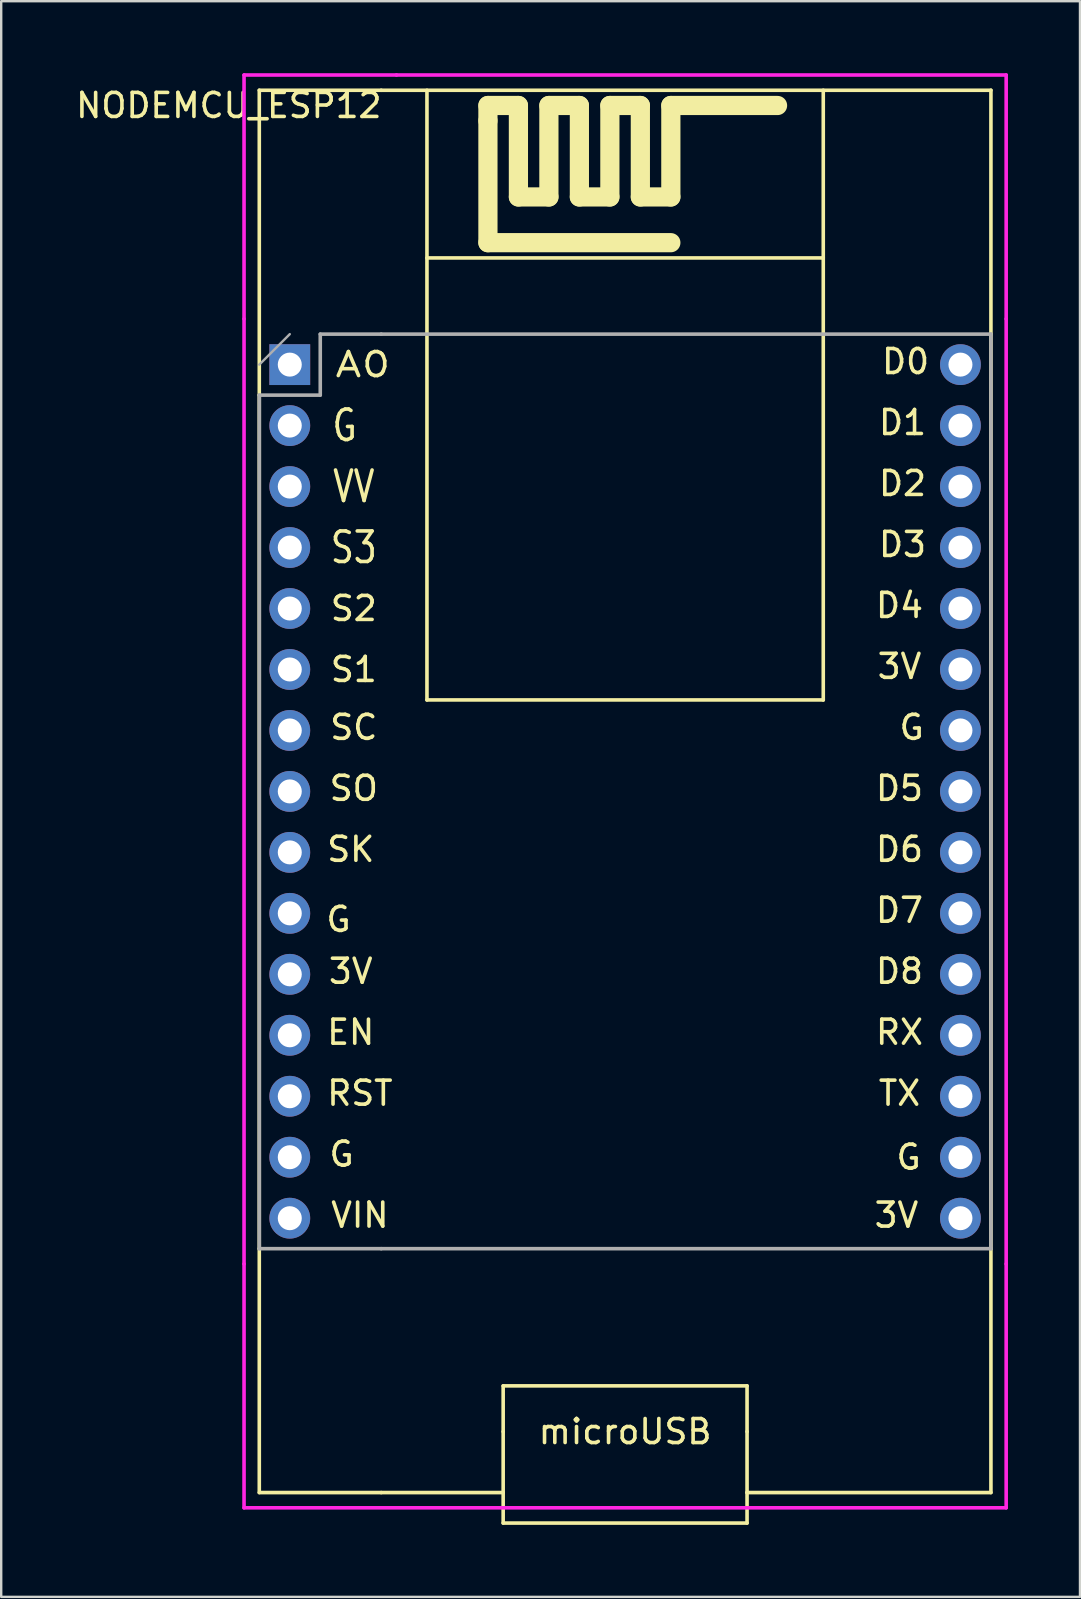
<source format=kicad_pcb>
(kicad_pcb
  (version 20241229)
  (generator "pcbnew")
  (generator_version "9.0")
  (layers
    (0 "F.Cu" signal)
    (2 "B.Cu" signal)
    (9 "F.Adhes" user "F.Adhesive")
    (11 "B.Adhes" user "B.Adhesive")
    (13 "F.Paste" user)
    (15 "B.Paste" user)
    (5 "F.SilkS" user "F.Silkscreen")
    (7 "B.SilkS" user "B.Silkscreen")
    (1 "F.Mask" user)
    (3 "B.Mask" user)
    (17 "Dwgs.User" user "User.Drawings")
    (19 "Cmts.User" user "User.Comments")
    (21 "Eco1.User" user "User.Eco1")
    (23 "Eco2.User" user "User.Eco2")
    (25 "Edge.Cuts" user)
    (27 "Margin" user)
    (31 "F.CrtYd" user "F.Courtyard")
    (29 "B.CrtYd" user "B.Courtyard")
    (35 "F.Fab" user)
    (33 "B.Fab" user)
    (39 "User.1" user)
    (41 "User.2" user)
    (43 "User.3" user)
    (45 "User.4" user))
  (footprint "NODEMCU_ESP12"
    (layer "F.Cu")
    (at 23.627 29.92)
    (property "Reference" "NODEMCU_ESP12" (at -17.145 -28.575 0) (layer "F.SilkS") (effects (font (size 1 1) (thickness 0.15))))
    (attr through_hole)
    (fp_line (start -15.875 -29.21) (end -10.795 -29.21) (stroke (width 0.15) (type solid)) (layer "F.SilkS"))
    (fp_line (start -15.875 -16.51) (end -15.875 -29.21) (stroke (width 0.15) (type solid)) (layer "F.SilkS"))
    (fp_line (start -15.875 -16.51) (end -15.875 19.05) (stroke (width 0.15) (type solid)) (layer "F.SilkS"))
    (fp_line (start -15.875 29.21) (end -15.875 19.05) (stroke (width 0.15) (type solid)) (layer "F.SilkS"))
    (fp_line (start -10.795 29.21) (end -15.875 29.21) (stroke (width 0.15) (type solid)) (layer "F.SilkS"))
    (fp_line (start -10.795 29.21) (end -5.715 29.21) (stroke (width 0.15) (type solid)) (layer "F.SilkS"))
    (fp_line (start -8.89 -29.21) (end -8.89 -3.81) (stroke (width 0.15) (type solid)) (layer "F.SilkS"))
    (fp_line (start -8.89 -22.225) (end 7.62 -22.225) (stroke (width 0.15) (type solid)) (layer "F.SilkS"))
    (fp_line (start -8.89 -3.81) (end 7.62 -3.81) (stroke (width 0.15) (type solid)) (layer "F.SilkS"))
    (fp_line (start -6.35 -28.575) (end -5.08 -28.575) (stroke (width 0.8) (type solid)) (layer "F.SilkS"))
    (fp_line (start -6.35 -27.94) (end -6.35 -28.575) (stroke (width 0.15) (type solid)) (layer "F.SilkS"))
    (fp_line (start -6.35 -27.94) (end -6.35 -28.575) (stroke (width 0.8) (type solid)) (layer "F.SilkS"))
    (fp_line (start -6.35 -22.86) (end -6.35 -27.94) (stroke (width 0.8) (type solid)) (layer "F.SilkS"))
    (fp_line (start -6.35 -22.86) (end 1.27 -22.86) (stroke (width 0.8) (type solid)) (layer "F.SilkS"))
    (fp_line (start -5.715 24.765) (end -5.715 26.67) (stroke (width 0.15) (type solid)) (layer "F.SilkS"))
    (fp_line (start -5.715 29.21) (end -5.715 26.67) (stroke (width 0.15) (type solid)) (layer "F.SilkS"))
    (fp_line (start -5.715 29.21) (end -5.715 30.48) (stroke (width 0.15) (type solid)) (layer "F.SilkS"))
    (fp_line (start -5.715 30.48) (end 4.445 30.48) (stroke (width 0.15) (type solid)) (layer "F.SilkS"))
    (fp_line (start -5.08 -28.575) (end -5.08 -24.765) (stroke (width 0.8) (type solid)) (layer "F.SilkS"))
    (fp_line (start -5.08 -24.765) (end -3.81 -24.765) (stroke (width 0.8) (type solid)) (layer "F.SilkS"))
    (fp_line (start -3.81 -28.575) (end -2.54 -28.575) (stroke (width 0.8) (type solid)) (layer "F.SilkS"))
    (fp_line (start -3.81 -24.765) (end -3.81 -28.575) (stroke (width 0.8) (type solid)) (layer "F.SilkS"))
    (fp_line (start -2.54 -28.575) (end -2.54 -24.765) (stroke (width 0.8) (type solid)) (layer "F.SilkS"))
    (fp_line (start -2.54 -24.765) (end -1.27 -24.765) (stroke (width 0.8) (type solid)) (layer "F.SilkS"))
    (fp_line (start -1.27 -28.575) (end 0 -28.575) (stroke (width 0.8) (type solid)) (layer "F.SilkS"))
    (fp_line (start -1.27 -24.765) (end -1.27 -28.575) (stroke (width 0.8) (type solid)) (layer "F.SilkS"))
    (fp_line (start 0 -28.575) (end 0 -24.765) (stroke (width 0.8) (type solid)) (layer "F.SilkS"))
    (fp_line (start 0 -24.765) (end 1.27 -24.765) (stroke (width 0.8) (type solid)) (layer "F.SilkS"))
    (fp_line (start 1.27 -28.575) (end 5.715 -28.575) (stroke (width 0.8) (type solid)) (layer "F.SilkS"))
    (fp_line (start 1.27 -24.765) (end 1.27 -28.575) (stroke (width 0.8) (type solid)) (layer "F.SilkS"))
    (fp_line (start 4.445 24.765) (end -5.715 24.765) (stroke (width 0.15) (type solid)) (layer "F.SilkS"))
    (fp_line (start 4.445 24.765) (end 4.445 26.67) (stroke (width 0.15) (type solid)) (layer "F.SilkS"))
    (fp_line (start 4.445 29.21) (end 4.445 26.67) (stroke (width 0.15) (type solid)) (layer "F.SilkS"))
    (fp_line (start 4.445 29.21) (end 4.445 30.48) (stroke (width 0.15) (type solid)) (layer "F.SilkS"))
    (fp_line (start 4.445 29.21) (end 14.605 29.21) (stroke (width 0.15) (type solid)) (layer "F.SilkS"))
    (fp_line (start 7.62 -3.81) (end 7.62 -29.21) (stroke (width 0.15) (type solid)) (layer "F.SilkS"))
    (fp_line (start 14.605 -29.21) (end -10.795 -29.21) (stroke (width 0.15) (type solid)) (layer "F.SilkS"))
    (fp_line (start 14.605 -19.05) (end 14.605 -29.21) (stroke (width 0.15) (type solid)) (layer "F.SilkS"))
    (fp_line (start 14.605 19.05) (end 14.605 -19.05) (stroke (width 0.15) (type solid)) (layer "F.SilkS"))
    (fp_line (start 14.605 19.05) (end 14.605 29.21) (stroke (width 0.15) (type solid)) (layer "F.SilkS"))
    (fp_line (start -16.51 -29.845) (end -10.16 -29.845) (stroke (width 0.15) (type solid)) (layer "F.CrtYd"))
    (fp_line (start -16.51 -19.685) (end -16.51 -29.845) (stroke (width 0.15) (type solid)) (layer "F.CrtYd"))
    (fp_line (start -16.51 19.685) (end -16.51 -19.685) (stroke (width 0.15) (type solid)) (layer "F.CrtYd"))
    (fp_line (start -16.51 19.685) (end -16.51 29.845) (stroke (width 0.15) (type solid)) (layer "F.CrtYd"))
    (fp_line (start -10.16 -29.845) (end 15.24 -29.845) (stroke (width 0.15) (type solid)) (layer "F.CrtYd"))
    (fp_line (start 15.24 -19.685) (end 15.24 -29.845) (stroke (width 0.15) (type solid)) (layer "F.CrtYd"))
    (fp_line (start 15.24 -19.685) (end 15.24 19.685) (stroke (width 0.15) (type solid)) (layer "F.CrtYd"))
    (fp_line (start 15.24 19.685) (end 15.24 29.845) (stroke (width 0.15) (type solid)) (layer "F.CrtYd"))
    (fp_line (start 15.24 29.845) (end -16.51 29.845) (stroke (width 0.15) (type solid)) (layer "F.CrtYd"))
    (fp_line (start -15.875 -17.78) (end -14.605 -19.05) (stroke (width 0.1) (type solid)) (layer "F.Fab"))
    (fp_line (start -15.875 -16.51) (end -13.335 -16.51) (stroke (width 0.15) (type solid)) (layer "F.Fab"))
    (fp_line (start -15.875 19.05) (end -15.875 -16.51) (stroke (width 0.15) (type solid)) (layer "F.Fab"))
    (fp_line (start -13.335 -19.05) (end -10.795 -19.05) (stroke (width 0.15) (type solid)) (layer "F.Fab"))
    (fp_line (start -13.335 -16.51) (end -13.335 -19.05) (stroke (width 0.15) (type solid)) (layer "F.Fab"))
    (fp_line (start -10.795 -19.05) (end 14.605 -19.05) (stroke (width 0.15) (type solid)) (layer "F.Fab"))
    (fp_line (start -10.795 19.05) (end -15.875 19.05) (stroke (width 0.15) (type solid)) (layer "F.Fab"))
    (fp_line (start 14.605 -19.05) (end 14.605 19.05) (stroke (width 0.15) (type solid)) (layer "F.Fab"))
    (fp_line (start 14.605 19.05) (end -10.795 19.05) (stroke (width 0.15) (type solid)) (layer "F.Fab"))
    (fp_text user "D1" (at 10.922 -15.367 0) (layer "F.SilkS") (effects (font (size 1 1) (thickness 0.15))))
    (fp_text user "3V" (at 10.668 17.653 0) (layer "F.SilkS") (effects (font (size 1 1) (thickness 0.15))))
    (fp_text user "G" (at 11.303 -2.667 0) (layer "F.SilkS") (effects (font (size 1 1) (thickness 0.15))))
    (fp_text user "D0" (at 11.049 -17.907 0) (layer "F.SilkS") (effects (font (size 1 1) (thickness 0.15))))
    (fp_text user "D6" (at 10.795 2.413 0) (layer "F.SilkS") (effects (font (size 1 1) (thickness 0.15))))
    (fp_text user "G" (at -12.446 15.113 0) (layer "F.SilkS") (effects (font (size 1 1) (thickness 0.15))))
    (fp_text user "VV" (at -11.938 -12.7 0) (layer "F.SilkS") (effects (font (size 1.27 1) (thickness 0.15))))
    (fp_text user "VIN" (at -11.684 17.653 0) (layer "F.SilkS") (effects (font (size 1 1) (thickness 0.15))))
    (fp_text user "A0" (at -11.557 -17.78 0) (layer "F.SilkS") (effects (font (size 1 1.27) (thickness 0.15))))
    (fp_text user "G" (at -12.573 5.334 0) (layer "F.SilkS") (effects (font (size 1 1) (thickness 0.15))))
    (fp_text user "RST" (at -11.684 12.573 0) (layer "F.SilkS") (effects (font (size 1 1) (thickness 0.15))))
    (fp_text user "3V" (at 10.795 -5.207 0) (layer "F.SilkS") (effects (font (size 1 1) (thickness 0.15))))
    (fp_text user "D3" (at 10.922 -10.287 0) (layer "F.SilkS") (effects (font (size 1 1) (thickness 0.15))))
    (fp_text user "3V" (at -12.065 7.493 0) (layer "F.SilkS") (effects (font (size 1 1) (thickness 0.15))))
    (fp_text user "RX" (at 10.795 10.033 0) (layer "F.SilkS") (effects (font (size 1 1) (thickness 0.15))))
    (fp_text user "S3" (at -11.938 -10.16 0) (layer "F.SilkS") (effects (font (size 1.27 1) (thickness 0.15))))
    (fp_text user "S1" (at -11.938 -5.08 0) (layer "F.SilkS") (effects (font (size 1 1) (thickness 0.15))))
    (fp_text user "SK" (at -12.065 2.413 0) (layer "F.SilkS") (effects (font (size 1 1) (thickness 0.15))))
    (fp_text user "EN" (at -12.065 10.033 0) (layer "F.SilkS") (effects (font (size 1 1) (thickness 0.15))))
    (fp_text user "G" (at -12.319 -15.24 0) (layer "F.SilkS") (effects (font (size 1.27 1) (thickness 0.15))))
    (fp_text user "D2" (at 10.922 -12.827 0) (layer "F.SilkS") (effects (font (size 1 1) (thickness 0.15))))
    (fp_text user "SO" (at -11.938 -0.127 0) (layer "F.SilkS") (effects (font (size 1 1) (thickness 0.15))))
    (fp_text user "D5" (at 10.795 -0.127 0) (layer "F.SilkS") (effects (font (size 1 1) (thickness 0.15))))
    (fp_text user "TX" (at 10.795 12.573 0) (layer "F.SilkS") (effects (font (size 1 1) (thickness 0.15))))
    (fp_text user "D8" (at 10.795 7.493 0) (layer "F.SilkS") (effects (font (size 1 1) (thickness 0.15))))
    (fp_text user "D4" (at 10.795 -7.747 0) (layer "F.SilkS") (effects (font (size 1 1) (thickness 0.15))))
    (fp_text user "microUSB" (at -0.635 26.67 0) (layer "F.SilkS") (effects (font (size 1 1) (thickness 0.15))))
    (fp_text user "D7" (at 10.795 4.953 0) (layer "F.SilkS") (effects (font (size 1 1) (thickness 0.15))))
    (fp_text user "SC" (at -11.938 -2.667 0) (layer "F.SilkS") (effects (font (size 1 1) (thickness 0.15))))
    (fp_text user "G" (at 11.176 15.24 0) (layer "F.SilkS") (effects (font (size 1 1) (thickness 0.15))))
    (fp_text user "S2" (at -11.938 -7.62 0) (layer "F.SilkS") (effects (font (size 1 1) (thickness 0.15))))
    (pad "1" thru_hole rect (at -14.605 -17.78) (size 1.7 1.7) (drill 1) (layers "*.Cu" "*.Mask"))
    (pad "2" thru_hole oval (at -14.605 -15.24) (size 1.7 1.7) (drill 1) (layers "*.Cu" "*.Mask"))
    (pad "3" thru_hole oval (at -14.605 -12.7) (size 1.7 1.7) (drill 1) (layers "*.Cu" "*.Mask"))
    (pad "4" thru_hole oval (at -14.605 -10.16) (size 1.7 1.7) (drill 1) (layers "*.Cu" "*.Mask"))
    (pad "5" thru_hole oval (at -14.605 -7.62) (size 1.7 1.7) (drill 1) (layers "*.Cu" "*.Mask"))
    (pad "6" thru_hole oval (at -14.605 -5.08) (size 1.7 1.7) (drill 1) (layers "*.Cu" "*.Mask"))
    (pad "7" thru_hole oval (at -14.605 -2.54) (size 1.7 1.7) (drill 1) (layers "*.Cu" "*.Mask"))
    (pad "8" thru_hole oval (at -14.605 0) (size 1.7 1.7) (drill 1) (layers "*.Cu" "*.Mask"))
    (pad "9" thru_hole oval (at -14.605 2.54) (size 1.7 1.7) (drill 1) (layers "*.Cu" "*.Mask"))
    (pad "10" thru_hole oval (at -14.605 5.08) (size 1.7 1.7) (drill 1) (layers "*.Cu" "*.Mask"))
    (pad "11" thru_hole oval (at -14.605 7.62) (size 1.7 1.7) (drill 1) (layers "*.Cu" "*.Mask"))
    (pad "12" thru_hole oval (at -14.605 10.16) (size 1.7 1.7) (drill 1) (layers "*.Cu" "*.Mask"))
    (pad "13" thru_hole oval (at -14.605 12.7) (size 1.7 1.7) (drill 1) (layers "*.Cu" "*.Mask"))
    (pad "14" thru_hole oval (at -14.605 15.24) (size 1.7 1.7) (drill 1) (layers "*.Cu" "*.Mask"))
    (pad "15" thru_hole oval (at -14.605 17.78) (size 1.7 1.7) (drill 1) (layers "*.Cu" "*.Mask"))
    (pad "16" thru_hole oval (at 13.335 17.78) (size 1.7 1.7) (drill 1) (layers "*.Cu" "*.Mask"))
    (pad "17" thru_hole oval (at 13.335 15.24) (size 1.7 1.7) (drill 1) (layers "*.Cu" "*.Mask"))
    (pad "18" thru_hole oval (at 13.335 12.7) (size 1.7 1.7) (drill 1) (layers "*.Cu" "*.Mask"))
    (pad "19" thru_hole oval (at 13.335 10.16) (size 1.7 1.7) (drill 1) (layers "*.Cu" "*.Mask"))
    (pad "20" thru_hole oval (at 13.335 7.62) (size 1.7 1.7) (drill 1) (layers "*.Cu" "*.Mask"))
    (pad "21" thru_hole oval (at 13.335 5.08) (size 1.7 1.7) (drill 1) (layers "*.Cu" "*.Mask"))
    (pad "22" thru_hole oval (at 13.335 2.54) (size 1.7 1.7) (drill 1) (layers "*.Cu" "*.Mask"))
    (pad "23" thru_hole oval (at 13.335 0) (size 1.7 1.7) (drill 1) (layers "*.Cu" "*.Mask"))
    (pad "24" thru_hole oval (at 13.335 -2.54) (size 1.7 1.7) (drill 1) (layers "*.Cu" "*.Mask"))
    (pad "25" thru_hole oval (at 13.335 -5.08) (size 1.7 1.7) (drill 1) (layers "*.Cu" "*.Mask"))
    (pad "26" thru_hole oval (at 13.335 -7.62) (size 1.7 1.7) (drill 1) (layers "*.Cu" "*.Mask"))
    (pad "27" thru_hole oval (at 13.335 -10.16) (size 1.7 1.7) (drill 1) (layers "*.Cu" "*.Mask"))
    (pad "28" thru_hole oval (at 13.335 -12.7) (size 1.7 1.7) (drill 1) (layers "*.Cu" "*.Mask"))
    (pad "29" thru_hole oval (at 13.335 -15.24) (size 1.7 1.7) (drill 1) (layers "*.Cu" "*.Mask"))
    (pad "30" thru_hole oval (at 13.335 -17.78) (size 1.7 1.7) (drill 1) (layers "*.Cu" "*.Mask")))
  (gr_rect
    (start -3 -3)
    (end 41.942 63.475)
    (stroke (width 0.1) (type default))
    (fill no)
    (layer "Edge.Cuts")))
</source>
